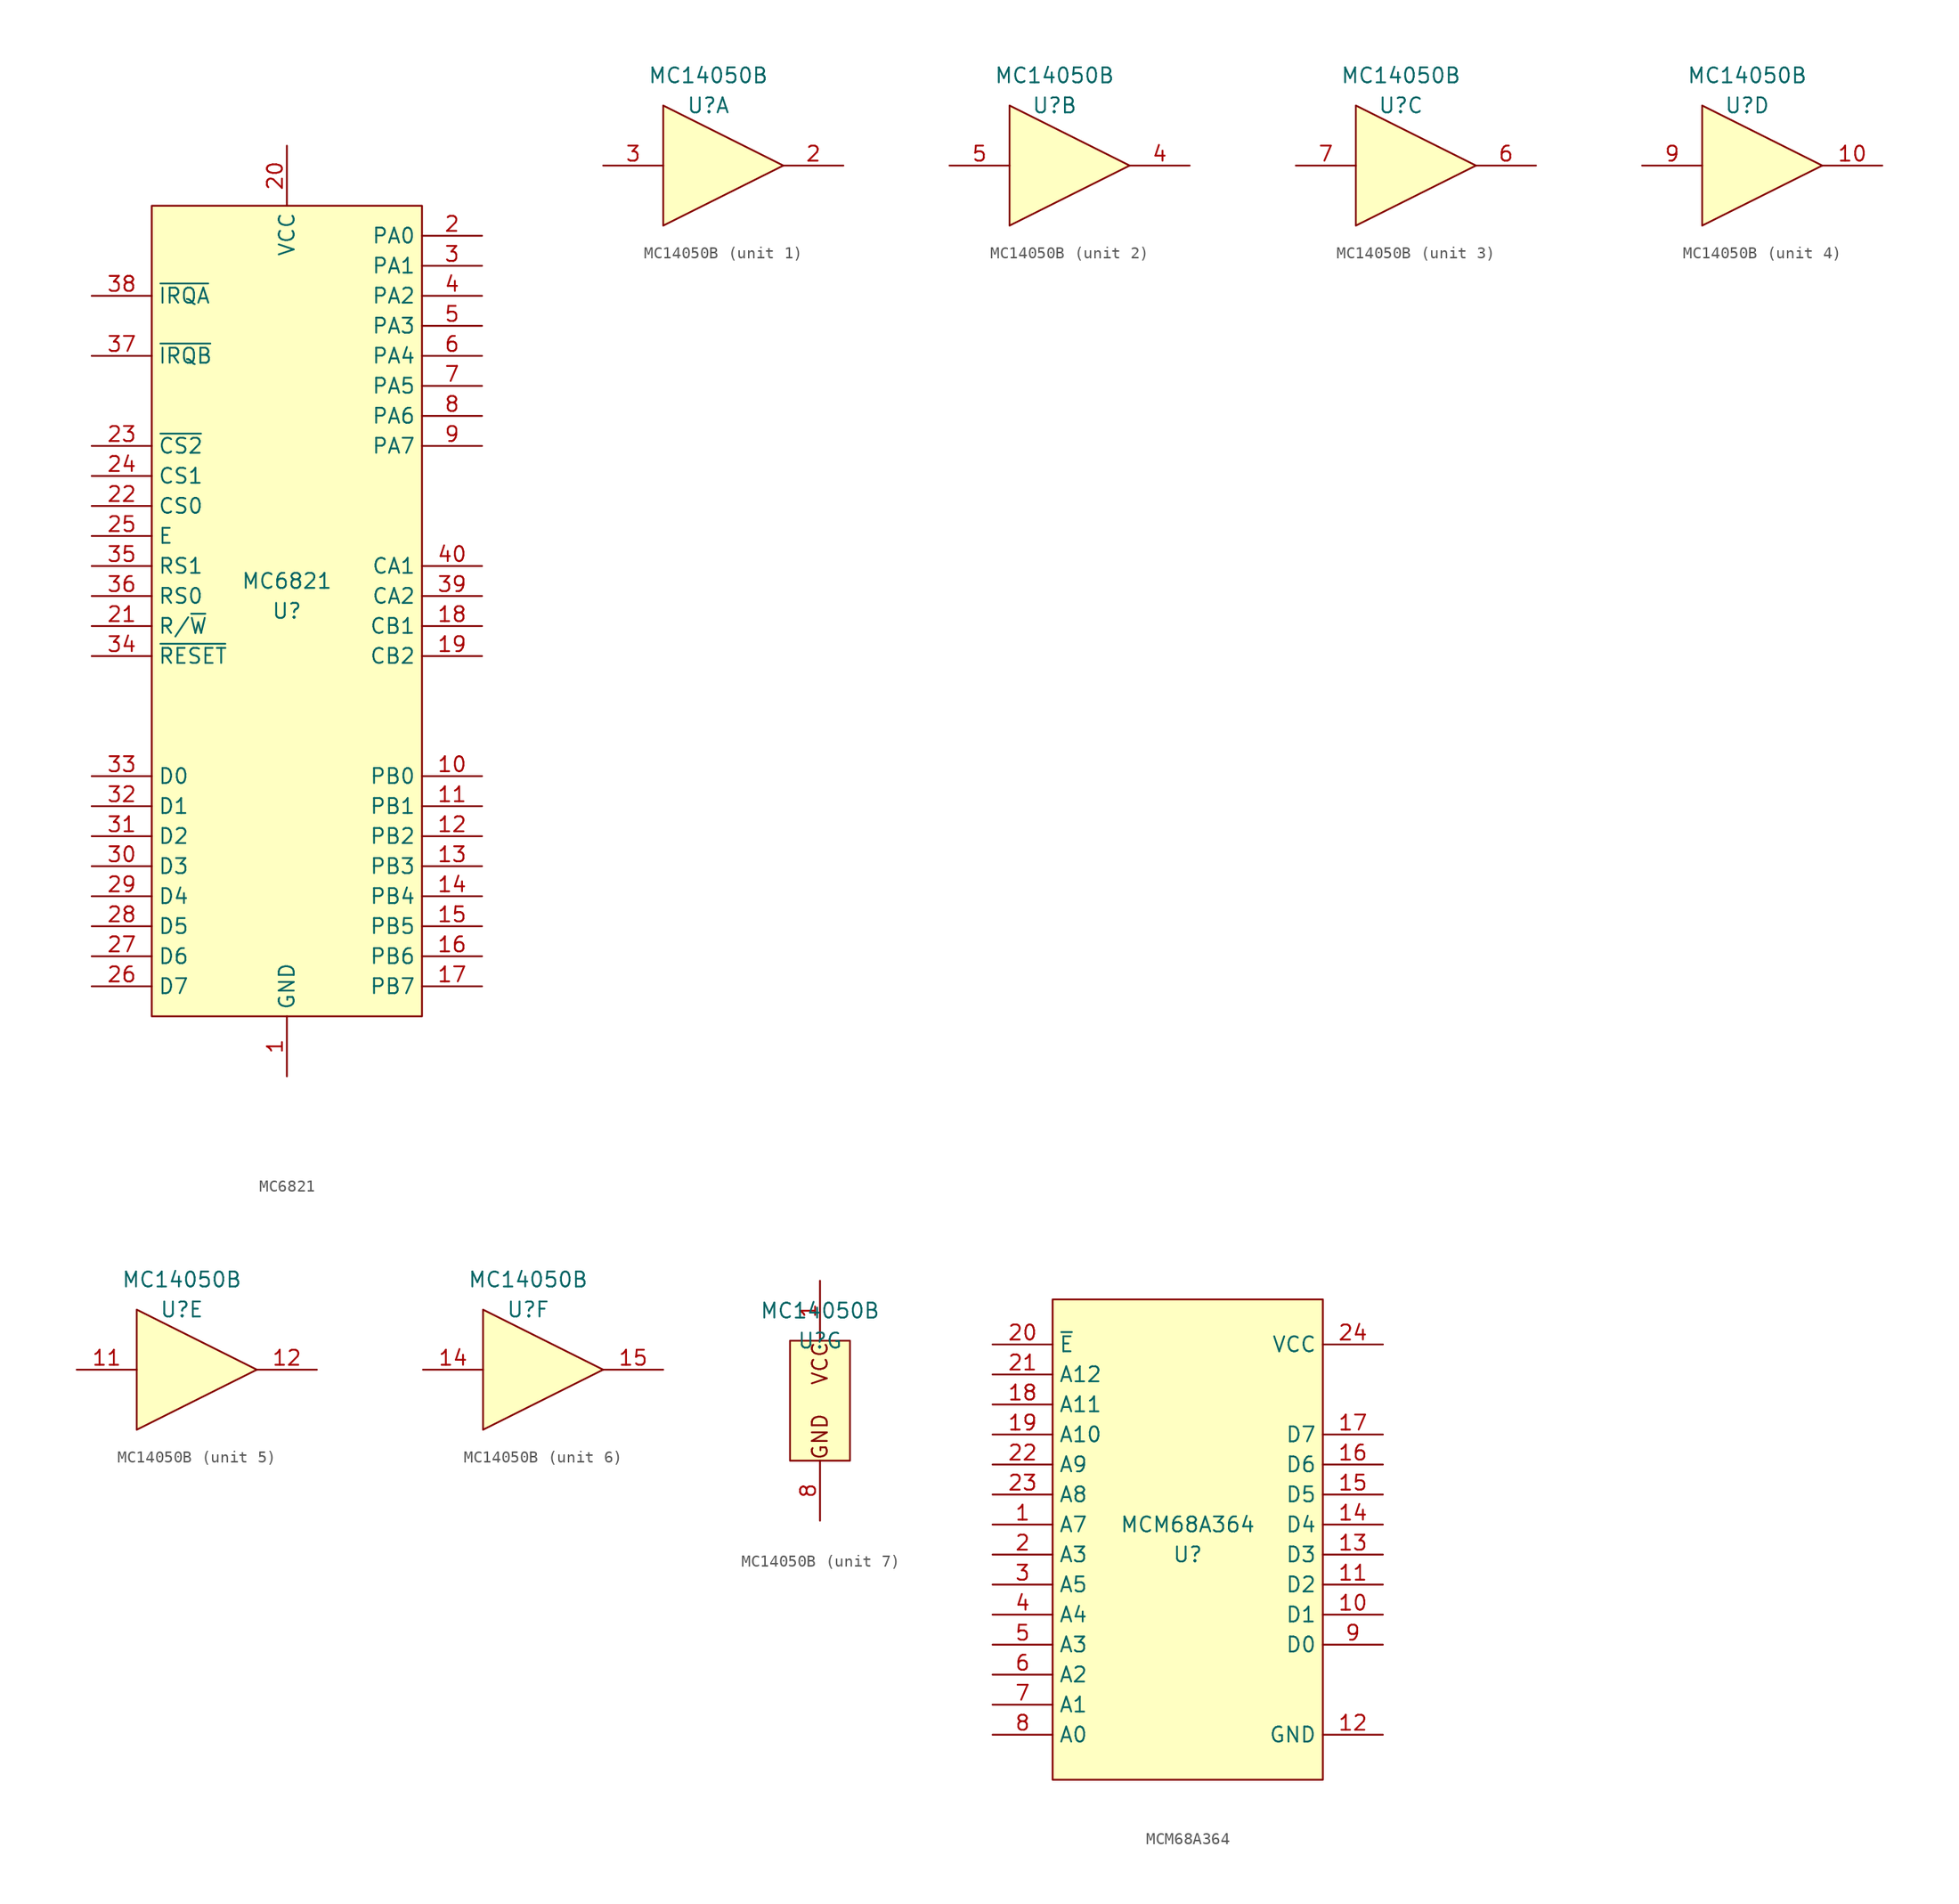
<source format=kicad_sym>
(kicad_symbol_lib
  (version 20211014)
  (generator kicad_symbol_editor)
  (symbol "MC6821"
    (property "Reference" "U"
      (at 11.43 -34.29 0)
      (effects (font (size 1.27 1.27))))
    (property "Value" "MC6821"
      (at 11.43 -31.75 0)
      (effects (font (size 1.27 1.27))))
    (symbol "MC6821_0_1"
      (rectangle (start 0 0) (end 22.86 -68.58) (stroke (width 0) (type default) (color 0 0 0 0)) (fill (type background))))
    (symbol "MC6821_1_1"
      (pin power_in line (at 11.43 -73.66 90) (length 5.08) (name "GND" (effects (font (size 1.27 1.27)))) (number "1" (effects (font (size 1.27 1.27)))))
      (pin bidirectional line (at 27.94 -48.26 180) (length 5.08) (name "PB0" (effects (font (size 1.27 1.27)))) (number "10" (effects (font (size 1.27 1.27)))))
      (pin bidirectional line (at 27.94 -50.8 180) (length 5.08) (name "PB1" (effects (font (size 1.27 1.27)))) (number "11" (effects (font (size 1.27 1.27)))))
      (pin bidirectional line (at 27.94 -53.34 180) (length 5.08) (name "PB2" (effects (font (size 1.27 1.27)))) (number "12" (effects (font (size 1.27 1.27)))))
      (pin bidirectional line (at 27.94 -55.88 180) (length 5.08) (name "PB3" (effects (font (size 1.27 1.27)))) (number "13" (effects (font (size 1.27 1.27)))))
      (pin bidirectional line (at 27.94 -58.42 180) (length 5.08) (name "PB4" (effects (font (size 1.27 1.27)))) (number "14" (effects (font (size 1.27 1.27)))))
      (pin bidirectional line (at 27.94 -60.96 180) (length 5.08) (name "PB5" (effects (font (size 1.27 1.27)))) (number "15" (effects (font (size 1.27 1.27)))))
      (pin bidirectional line (at 27.94 -63.5 180) (length 5.08) (name "PB6" (effects (font (size 1.27 1.27)))) (number "16" (effects (font (size 1.27 1.27)))))
      (pin bidirectional line (at 27.94 -66.04 180) (length 5.08) (name "PB7" (effects (font (size 1.27 1.27)))) (number "17" (effects (font (size 1.27 1.27)))))
      (pin input line (at 27.94 -35.56 180) (length 5.08) (name "CB1" (effects (font (size 1.27 1.27)))) (number "18" (effects (font (size 1.27 1.27)))))
      (pin bidirectional line (at 27.94 -38.1 180) (length 5.08) (name "CB2" (effects (font (size 1.27 1.27)))) (number "19" (effects (font (size 1.27 1.27)))))
      (pin bidirectional line (at 27.94 -2.54 180) (length 5.08) (name "PA0" (effects (font (size 1.27 1.27)))) (number "2" (effects (font (size 1.27 1.27)))))
      (pin power_in line (at 11.43 5.08 270) (length 5.08) (name "VCC" (effects (font (size 1.27 1.27)))) (number "20" (effects (font (size 1.27 1.27)))))
      (pin input line (at -5.08 -35.56 0) (length 5.08) (name "R/~{W}" (effects (font (size 1.27 1.27)))) (number "21" (effects (font (size 1.27 1.27)))))
      (pin input line (at -5.08 -25.4 0) (length 5.08) (name "CS0" (effects (font (size 1.27 1.27)))) (number "22" (effects (font (size 1.27 1.27)))))
      (pin input line (at -5.08 -20.32 0) (length 5.08) (name "~{CS2}" (effects (font (size 1.27 1.27)))) (number "23" (effects (font (size 1.27 1.27)))))
      (pin input line (at -5.08 -22.86 0) (length 5.08) (name "CS1" (effects (font (size 1.27 1.27)))) (number "24" (effects (font (size 1.27 1.27)))))
      (pin input line (at -5.08 -27.94 0) (length 5.08) (name "E" (effects (font (size 1.27 1.27)))) (number "25" (effects (font (size 1.27 1.27)))))
      (pin bidirectional line (at -5.08 -66.04 0) (length 5.08) (name "D7" (effects (font (size 1.27 1.27)))) (number "26" (effects (font (size 1.27 1.27)))))
      (pin bidirectional line (at -5.08 -63.5 0) (length 5.08) (name "D6" (effects (font (size 1.27 1.27)))) (number "27" (effects (font (size 1.27 1.27)))))
      (pin bidirectional line (at -5.08 -60.96 0) (length 5.08) (name "D5" (effects (font (size 1.27 1.27)))) (number "28" (effects (font (size 1.27 1.27)))))
      (pin bidirectional line (at -5.08 -58.42 0) (length 5.08) (name "D4" (effects (font (size 1.27 1.27)))) (number "29" (effects (font (size 1.27 1.27)))))
      (pin bidirectional line (at 27.94 -5.08 180) (length 5.08) (name "PA1" (effects (font (size 1.27 1.27)))) (number "3" (effects (font (size 1.27 1.27)))))
      (pin bidirectional line (at -5.08 -55.88 0) (length 5.08) (name "D3" (effects (font (size 1.27 1.27)))) (number "30" (effects (font (size 1.27 1.27)))))
      (pin bidirectional line (at -5.08 -53.34 0) (length 5.08) (name "D2" (effects (font (size 1.27 1.27)))) (number "31" (effects (font (size 1.27 1.27)))))
      (pin bidirectional line (at -5.08 -50.8 0) (length 5.08) (name "D1" (effects (font (size 1.27 1.27)))) (number "32" (effects (font (size 1.27 1.27)))))
      (pin bidirectional line (at -5.08 -48.26 0) (length 5.08) (name "D0" (effects (font (size 1.27 1.27)))) (number "33" (effects (font (size 1.27 1.27)))))
      (pin input line (at -5.08 -38.1 0) (length 5.08) (name "~{RESET}" (effects (font (size 1.27 1.27)))) (number "34" (effects (font (size 1.27 1.27)))))
      (pin input line (at -5.08 -30.48 0) (length 5.08) (name "RS1" (effects (font (size 1.27 1.27)))) (number "35" (effects (font (size 1.27 1.27)))))
      (pin input line (at -5.08 -33.02 0) (length 5.08) (name "RS0" (effects (font (size 1.27 1.27)))) (number "36" (effects (font (size 1.27 1.27)))))
      (pin output line (at -5.08 -12.7 0) (length 5.08) (name "~{IRQB}" (effects (font (size 1.27 1.27)))) (number "37" (effects (font (size 1.27 1.27)))))
      (pin output line (at -5.08 -7.62 0) (length 5.08) (name "~{IRQA}" (effects (font (size 1.27 1.27)))) (number "38" (effects (font (size 1.27 1.27)))))
      (pin bidirectional line (at 27.94 -33.02 180) (length 5.08) (name "CA2" (effects (font (size 1.27 1.27)))) (number "39" (effects (font (size 1.27 1.27)))))
      (pin bidirectional line (at 27.94 -7.62 180) (length 5.08) (name "PA2" (effects (font (size 1.27 1.27)))) (number "4" (effects (font (size 1.27 1.27)))))
      (pin input line (at 27.94 -30.48 180) (length 5.08) (name "CA1" (effects (font (size 1.27 1.27)))) (number "40" (effects (font (size 1.27 1.27)))))
      (pin bidirectional line (at 27.94 -10.16 180) (length 5.08) (name "PA3" (effects (font (size 1.27 1.27)))) (number "5" (effects (font (size 1.27 1.27)))))
      (pin bidirectional line (at 27.94 -12.7 180) (length 5.08) (name "PA4" (effects (font (size 1.27 1.27)))) (number "6" (effects (font (size 1.27 1.27)))))
      (pin bidirectional line (at 27.94 -15.24 180) (length 5.08) (name "PA5" (effects (font (size 1.27 1.27)))) (number "7" (effects (font (size 1.27 1.27)))))
      (pin bidirectional line (at 27.94 -17.78 180) (length 5.08) (name "PA6" (effects (font (size 1.27 1.27)))) (number "8" (effects (font (size 1.27 1.27)))))
      (pin bidirectional line (at 27.94 -20.32 180) (length 5.08) (name "PA7" (effects (font (size 1.27 1.27)))) (number "9" (effects (font (size 1.27 1.27)))))))
  (symbol "MC14050B"
    (pin_names hide)
    (property "Reference" "U"
      (at 0 5.08 0)
      (effects (font (size 1.27 1.27))))
    (property "Value" "MC14050B"
      (at 0 7.62 0)
      (effects (font (size 1.27 1.27))))
    (symbol "MC14050B_1_1"
      (polyline (pts (xy -3.81 5.08) (xy 6.35 0) (xy -3.81 -5.08) (xy -3.81 5.08)) (stroke (width 0) (type default) (color 0 0 0 0)) (fill (type background)))
      (pin output line (at 11.43 0 180) (length 5.08) (name "OUT_{A}" (effects (font (size 1.27 1.27)))) (number "2" (effects (font (size 1.27 1.27)))))
      (pin input line (at -8.89 0 0) (length 5.08) (name "IN_{A}" (effects (font (size 1.27 1.27)))) (number "3" (effects (font (size 1.27 1.27))))))
    (symbol "MC14050B_2_1"
      (polyline (pts (xy -3.81 5.08) (xy 6.35 0) (xy -3.81 -5.08) (xy -3.81 5.08)) (stroke (width 0) (type default) (color 0 0 0 0)) (fill (type background)))
      (pin output line (at 11.43 0 180) (length 5.08) (name "OUT_{A}" (effects (font (size 1.27 1.27)))) (number "4" (effects (font (size 1.27 1.27)))))
      (pin input line (at -8.89 0 0) (length 5.08) (name "IN_{A}" (effects (font (size 1.27 1.27)))) (number "5" (effects (font (size 1.27 1.27))))))
    (symbol "MC14050B_3_1"
      (polyline (pts (xy -3.81 5.08) (xy 6.35 0) (xy -3.81 -5.08) (xy -3.81 5.08)) (stroke (width 0) (type default) (color 0 0 0 0)) (fill (type background)))
      (pin output line (at 11.43 0 180) (length 5.08) (name "OUT_{A}" (effects (font (size 1.27 1.27)))) (number "6" (effects (font (size 1.27 1.27)))))
      (pin input line (at -8.89 0 0) (length 5.08) (name "IN_{A}" (effects (font (size 1.27 1.27)))) (number "7" (effects (font (size 1.27 1.27))))))
    (symbol "MC14050B_4_1"
      (polyline (pts (xy -3.81 5.08) (xy 6.35 0) (xy -3.81 -5.08) (xy -3.81 5.08)) (stroke (width 0) (type default) (color 0 0 0 0)) (fill (type background)))
      (pin output line (at 11.43 0 180) (length 5.08) (name "OUT_{A}" (effects (font (size 1.27 1.27)))) (number "10" (effects (font (size 1.27 1.27)))))
      (pin input line (at -8.89 0 0) (length 5.08) (name "IN_{A}" (effects (font (size 1.27 1.27)))) (number "9" (effects (font (size 1.27 1.27))))))
    (symbol "MC14050B_5_1"
      (polyline (pts (xy -3.81 5.08) (xy 6.35 0) (xy -3.81 -5.08) (xy -3.81 5.08)) (stroke (width 0) (type default) (color 0 0 0 0)) (fill (type background)))
      (pin input line (at -8.89 0 0) (length 5.08) (name "IN_{A}" (effects (font (size 1.27 1.27)))) (number "11" (effects (font (size 1.27 1.27)))))
      (pin output line (at 11.43 0 180) (length 5.08) (name "OUT_{A}" (effects (font (size 1.27 1.27)))) (number "12" (effects (font (size 1.27 1.27))))))
    (symbol "MC14050B_6_1"
      (polyline (pts (xy -3.81 5.08) (xy 6.35 0) (xy -3.81 -5.08) (xy -3.81 5.08)) (stroke (width 0) (type default) (color 0 0 0 0)) (fill (type background)))
      (pin input line (at -8.89 0 0) (length 5.08) (name "IN_{A}" (effects (font (size 1.27 1.27)))) (number "14" (effects (font (size 1.27 1.27)))))
      (pin output line (at 11.43 0 180) (length 5.08) (name "OUT_{A}" (effects (font (size 1.27 1.27)))) (number "15" (effects (font (size 1.27 1.27))))))
    (symbol "MC14050B_7_1"
      (rectangle (start -2.54 -5.08) (end 2.54 5.08) (stroke (width 0) (type default) (color 0 0 0 0)) (fill (type background)))
      (text "GND" (at 0 -5.08 900) (effects (font (size 1.27 1.27)) (justify left)))
      (text "VCC" (at 0 5.08 900) (effects (font (size 1.27 1.27)) (justify right)))
      (pin power_in line (at 0 10.16 270) (length 5.08) (name "VDD" (effects (font (size 1.27 1.27)))) (number "1" (effects (font (size 1.27 1.27)))))
      (pin power_in line (at 0 -10.16 90) (length 5.08) (name "GND" (effects (font (size 1.27 1.27)))) (number "8" (effects (font (size 1.27 1.27)))))))
  (symbol "MCM68A364"
    (property "Reference" "U"
      (at 11.43 -21.59 0)
      (effects (font (size 1.27 1.27))))
    (property "Value" "MCM68A364"
      (at 11.43 -19.05 0)
      (effects (font (size 1.27 1.27))))
    (symbol "MCM68A364_0_1"
      (rectangle (start 0 0) (end 22.86 -40.64) (stroke (width 0) (type default) (color 0 0 0 0)) (fill (type background))))
    (symbol "MCM68A364_1_1"
      (pin input line (at -5.08 -19.05 0) (length 5.08) (name "A7" (effects (font (size 1.27 1.27)))) (number "1" (effects (font (size 1.27 1.27)))))
      (pin output line (at 27.94 -26.67 180) (length 5.08) (name "D1" (effects (font (size 1.27 1.27)))) (number "10" (effects (font (size 1.27 1.27)))))
      (pin output line (at 27.94 -24.13 180) (length 5.08) (name "D2" (effects (font (size 1.27 1.27)))) (number "11" (effects (font (size 1.27 1.27)))))
      (pin power_in line (at 27.94 -36.83 180) (length 5.08) (name "GND" (effects (font (size 1.27 1.27)))) (number "12" (effects (font (size 1.27 1.27)))))
      (pin output line (at 27.94 -21.59 180) (length 5.08) (name "D3" (effects (font (size 1.27 1.27)))) (number "13" (effects (font (size 1.27 1.27)))))
      (pin output line (at 27.94 -19.05 180) (length 5.08) (name "D4" (effects (font (size 1.27 1.27)))) (number "14" (effects (font (size 1.27 1.27)))))
      (pin output line (at 27.94 -16.51 180) (length 5.08) (name "D5" (effects (font (size 1.27 1.27)))) (number "15" (effects (font (size 1.27 1.27)))))
      (pin output line (at 27.94 -13.97 180) (length 5.08) (name "D6" (effects (font (size 1.27 1.27)))) (number "16" (effects (font (size 1.27 1.27)))))
      (pin output line (at 27.94 -11.43 180) (length 5.08) (name "D7" (effects (font (size 1.27 1.27)))) (number "17" (effects (font (size 1.27 1.27)))))
      (pin input line (at -5.08 -8.89 0) (length 5.08) (name "A11" (effects (font (size 1.27 1.27)))) (number "18" (effects (font (size 1.27 1.27)))))
      (pin input line (at -5.08 -11.43 0) (length 5.08) (name "A10" (effects (font (size 1.27 1.27)))) (number "19" (effects (font (size 1.27 1.27)))))
      (pin input line (at -5.08 -21.59 0) (length 5.08) (name "A3" (effects (font (size 1.27 1.27)))) (number "2" (effects (font (size 1.27 1.27)))))
      (pin input line (at -5.08 -3.81 0) (length 5.08) (name "~{E}" (effects (font (size 1.27 1.27)))) (number "20" (effects (font (size 1.27 1.27)))))
      (pin input line (at -5.08 -6.35 0) (length 5.08) (name "A12" (effects (font (size 1.27 1.27)))) (number "21" (effects (font (size 1.27 1.27)))))
      (pin input line (at -5.08 -13.97 0) (length 5.08) (name "A9" (effects (font (size 1.27 1.27)))) (number "22" (effects (font (size 1.27 1.27)))))
      (pin input line (at -5.08 -16.51 0) (length 5.08) (name "A8" (effects (font (size 1.27 1.27)))) (number "23" (effects (font (size 1.27 1.27)))))
      (pin input line (at 27.94 -3.81 180) (length 5.08) (name "VCC" (effects (font (size 1.27 1.27)))) (number "24" (effects (font (size 1.27 1.27)))))
      (pin input line (at -5.08 -24.13 0) (length 5.08) (name "A5" (effects (font (size 1.27 1.27)))) (number "3" (effects (font (size 1.27 1.27)))))
      (pin input line (at -5.08 -26.67 0) (length 5.08) (name "A4" (effects (font (size 1.27 1.27)))) (number "4" (effects (font (size 1.27 1.27)))))
      (pin input line (at -5.08 -29.21 0) (length 5.08) (name "A3" (effects (font (size 1.27 1.27)))) (number "5" (effects (font (size 1.27 1.27)))))
      (pin input line (at -5.08 -31.75 0) (length 5.08) (name "A2" (effects (font (size 1.27 1.27)))) (number "6" (effects (font (size 1.27 1.27)))))
      (pin input line (at -5.08 -34.29 0) (length 5.08) (name "A1" (effects (font (size 1.27 1.27)))) (number "7" (effects (font (size 1.27 1.27)))))
      (pin input line (at -5.08 -36.83 0) (length 5.08) (name "A0" (effects (font (size 1.27 1.27)))) (number "8" (effects (font (size 1.27 1.27)))))
      (pin output line (at 27.94 -29.21 180) (length 5.08) (name "D0" (effects (font (size 1.27 1.27)))) (number "9" (effects (font (size 1.27 1.27))))))))
</source>
